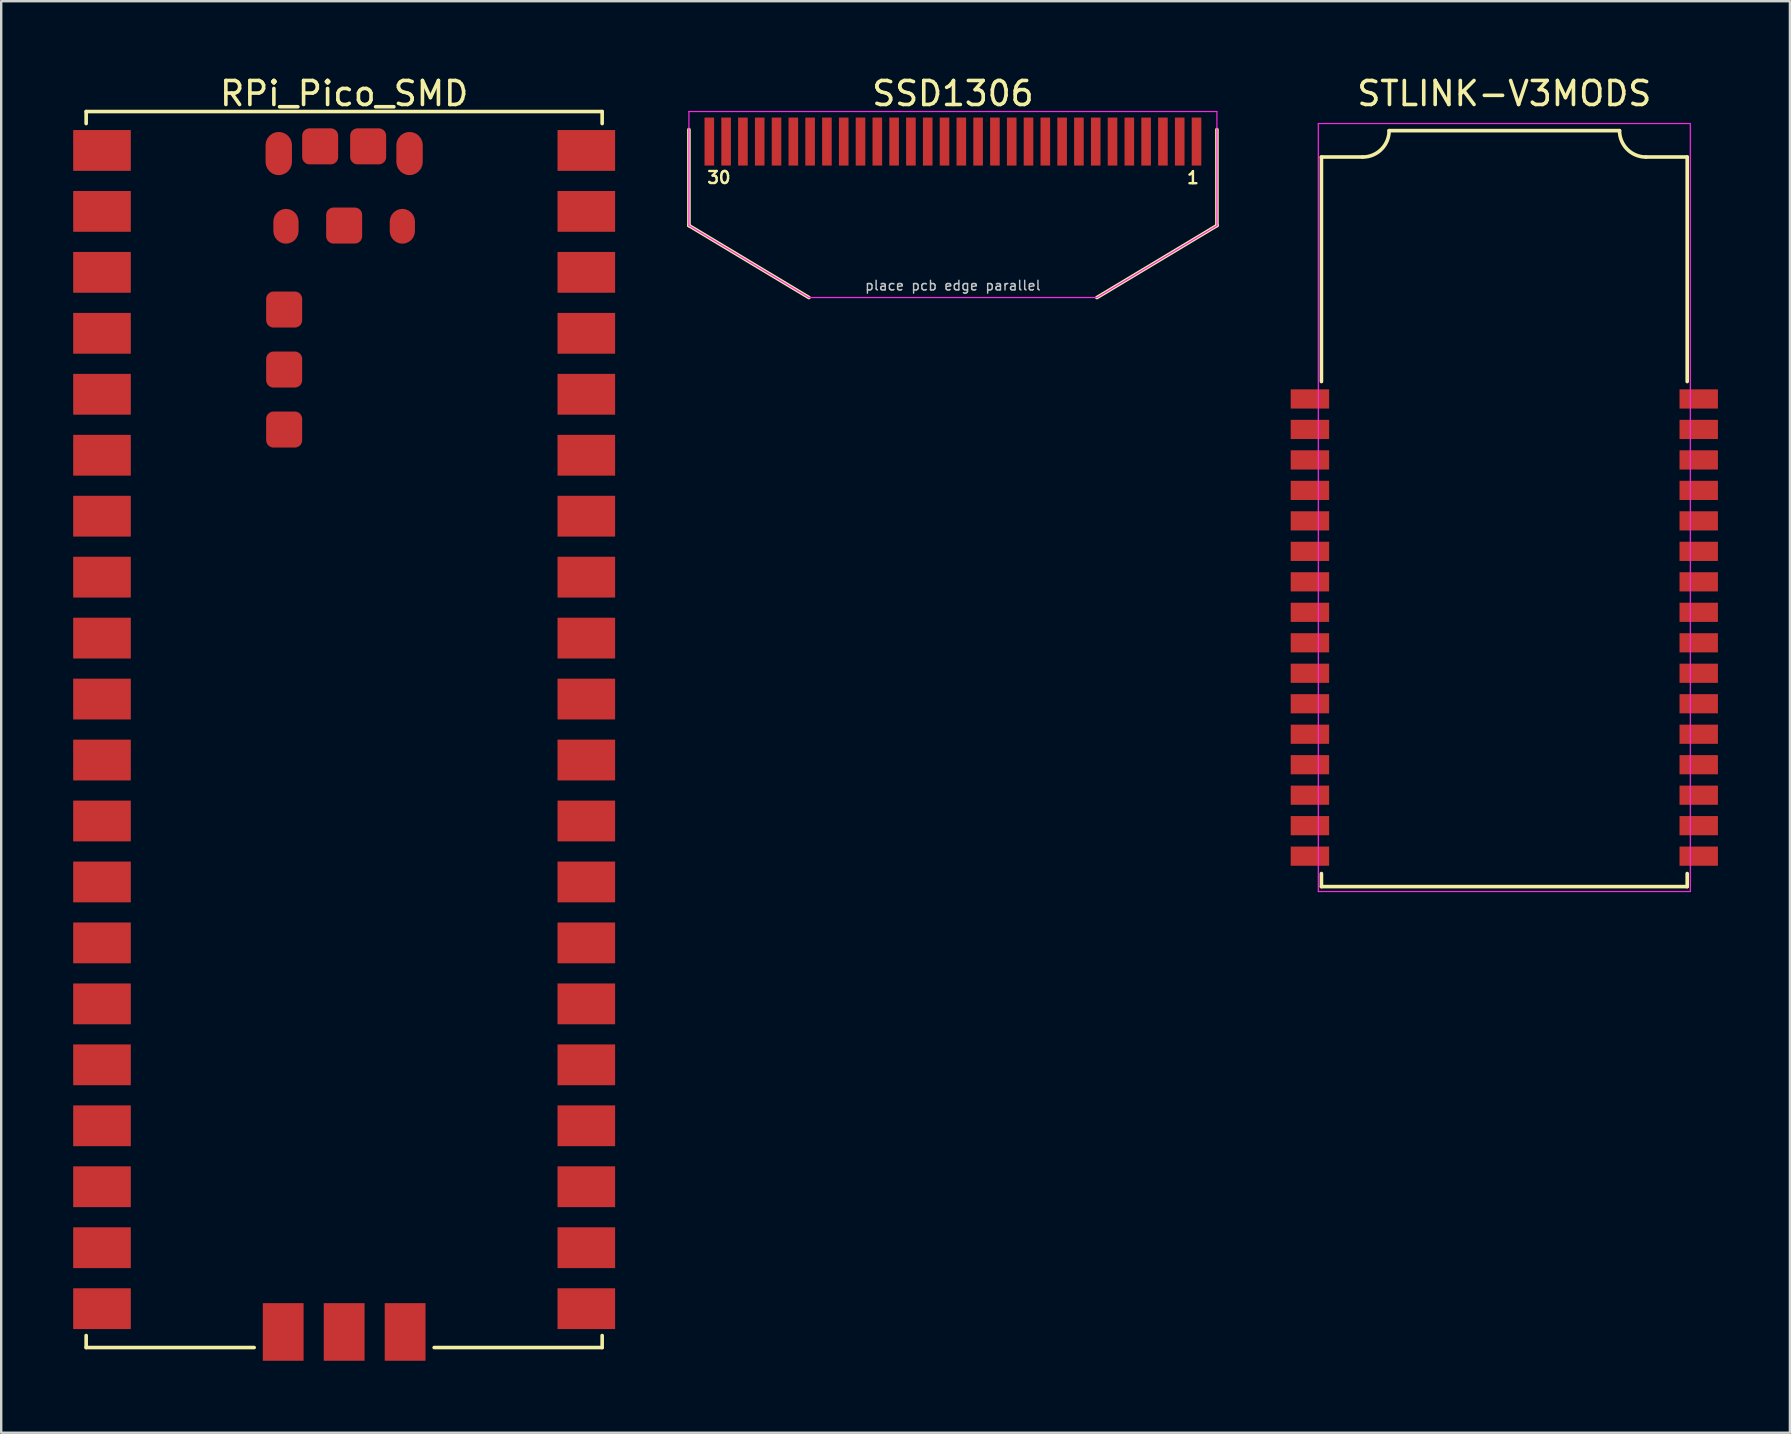
<source format=kicad_pcb>
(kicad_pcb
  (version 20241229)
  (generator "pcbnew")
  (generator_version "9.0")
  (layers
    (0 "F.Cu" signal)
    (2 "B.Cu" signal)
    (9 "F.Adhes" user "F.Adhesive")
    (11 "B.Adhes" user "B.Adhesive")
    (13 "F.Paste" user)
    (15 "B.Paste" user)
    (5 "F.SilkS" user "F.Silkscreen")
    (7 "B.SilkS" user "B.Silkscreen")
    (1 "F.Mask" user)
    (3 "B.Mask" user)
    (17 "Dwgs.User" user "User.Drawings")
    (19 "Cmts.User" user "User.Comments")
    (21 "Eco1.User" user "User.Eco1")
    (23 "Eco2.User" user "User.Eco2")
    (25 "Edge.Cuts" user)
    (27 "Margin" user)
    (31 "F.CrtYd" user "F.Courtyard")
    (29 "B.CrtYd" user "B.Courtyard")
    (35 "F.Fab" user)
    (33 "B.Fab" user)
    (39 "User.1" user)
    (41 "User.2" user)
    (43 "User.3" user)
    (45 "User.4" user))
  (footprint "STLINK-V3MODS"
    (layer "F.Cu")
    (at 59.63 23.098)
    (property "Reference" "STLINK-V3MODS" (at 0 -22.25 0) (layer "F.SilkS") (effects (font (size 1 1) (thickness 0.15))))
    (attr smd)
    (fp_line (start -7.62 -19.605) (end -5.9 -19.605) (stroke (width 0.15) (type solid)) (layer "F.SilkS"))
    (fp_line (start -7.62 -10.25) (end -7.62 -19.605) (stroke (width 0.15) (type solid)) (layer "F.SilkS"))
    (fp_line (start -7.62 10.795) (end -7.62 10.25) (stroke (width 0.15) (type solid)) (layer "F.SilkS"))
    (fp_line (start -7.62 10.795) (end 7.62 10.795) (stroke (width 0.15) (type solid)) (layer "F.SilkS"))
    (fp_line (start -4.8 -20.705) (end 4.8 -20.705) (stroke (width 0.15) (type solid)) (layer "F.SilkS"))
    (fp_line (start 7.62 -19.605) (end 5.9 -19.605) (stroke (width 0.15) (type solid)) (layer "F.SilkS"))
    (fp_line (start 7.62 -19.605) (end 7.62 -10.25) (stroke (width 0.15) (type solid)) (layer "F.SilkS"))
    (fp_line (start 7.62 10.795) (end 7.62 10.25) (stroke (width 0.15) (type solid)) (layer "F.SilkS"))
    (fp_arc (start -4.8 -20.705) (mid -5.122183 -19.927183) (end -5.9 -19.605) (stroke (width 0.15) (type solid)) (layer "F.SilkS"))
    (fp_arc (start 5.9 -19.605) (mid 5.122183 -19.927183) (end 4.8 -20.705) (stroke (width 0.15) (type solid)) (layer "F.SilkS"))
    (fp_line (start -7.75 -21) (end 7.75 -21) (stroke (width 0.05) (type solid)) (layer "F.CrtYd"))
    (fp_line (start -7.75 11) (end -7.75 -21) (stroke (width 0.05) (type solid)) (layer "F.CrtYd"))
    (fp_line (start 7.75 -21) (end 7.75 11) (stroke (width 0.05) (type solid)) (layer "F.CrtYd"))
    (fp_line (start 7.75 11) (end -7.75 11) (stroke (width 0.05) (type solid)) (layer "F.CrtYd"))
    (pad "1" smd rect (at -8.1 -9.525 270) (size 0.8 1.6) (layers "F.Cu" "F.Mask" "F.Paste"))
    (pad "2" smd rect (at -8.1 -8.255 270) (size 0.8 1.6) (layers "F.Cu" "F.Mask" "F.Paste"))
    (pad "3" smd rect (at -8.1 -6.985 270) (size 0.8 1.6) (layers "F.Cu" "F.Mask" "F.Paste"))
    (pad "4" smd rect (at -8.1 -5.715 270) (size 0.8 1.6) (layers "F.Cu" "F.Mask" "F.Paste"))
    (pad "5" smd rect (at -8.1 -4.445 270) (size 0.8 1.6) (layers "F.Cu" "F.Mask" "F.Paste"))
    (pad "6" smd rect (at -8.1 -3.175 270) (size 0.8 1.6) (layers "F.Cu" "F.Mask" "F.Paste"))
    (pad "7" smd rect (at -8.1 -1.905 270) (size 0.8 1.6) (layers "F.Cu" "F.Mask" "F.Paste"))
    (pad "8" smd rect (at -8.1 -0.635 270) (size 0.8 1.6) (layers "F.Cu" "F.Mask" "F.Paste"))
    (pad "9" smd rect (at -8.1 0.635 270) (size 0.8 1.6) (layers "F.Cu" "F.Mask" "F.Paste"))
    (pad "10" smd rect (at -8.1 1.905 270) (size 0.8 1.6) (layers "F.Cu" "F.Mask" "F.Paste"))
    (pad "11" smd rect (at -8.1 3.175 270) (size 0.8 1.6) (layers "F.Cu" "F.Mask" "F.Paste"))
    (pad "12" smd rect (at -8.1 4.445 270) (size 0.8 1.6) (layers "F.Cu" "F.Mask" "F.Paste"))
    (pad "13" smd rect (at -8.1 5.715 270) (size 0.8 1.6) (layers "F.Cu" "F.Mask" "F.Paste"))
    (pad "14" smd rect (at -8.1 6.985 270) (size 0.8 1.6) (layers "F.Cu" "F.Mask" "F.Paste"))
    (pad "15" smd rect (at -8.1 8.255 270) (size 0.8 1.6) (layers "F.Cu" "F.Mask" "F.Paste"))
    (pad "16" smd rect (at -8.1 9.525 270) (size 0.8 1.6) (layers "F.Cu" "F.Mask" "F.Paste"))
    (pad "17" smd rect (at 8.1 9.525 270) (size 0.8 1.6) (layers "F.Cu" "F.Mask" "F.Paste"))
    (pad "18" smd rect (at 8.1 8.255 270) (size 0.8 1.6) (layers "F.Cu" "F.Mask" "F.Paste"))
    (pad "19" smd rect (at 8.1 6.985 270) (size 0.8 1.6) (layers "F.Cu" "F.Mask" "F.Paste"))
    (pad "20" smd rect (at 8.1 5.715 270) (size 0.8 1.6) (layers "F.Cu" "F.Mask" "F.Paste"))
    (pad "21" smd rect (at 8.1 4.445 270) (size 0.8 1.6) (layers "F.Cu" "F.Mask" "F.Paste"))
    (pad "22" smd rect (at 8.1 3.175 270) (size 0.8 1.6) (layers "F.Cu" "F.Mask" "F.Paste"))
    (pad "23" smd rect (at 8.1 1.905 270) (size 0.8 1.6) (layers "F.Cu" "F.Mask" "F.Paste"))
    (pad "24" smd rect (at 8.1 0.635 270) (size 0.8 1.6) (layers "F.Cu" "F.Mask" "F.Paste"))
    (pad "25" smd rect (at 8.1 -0.635 270) (size 0.8 1.6) (layers "F.Cu" "F.Mask" "F.Paste"))
    (pad "26" smd rect (at 8.1 -1.905 270) (size 0.8 1.6) (layers "F.Cu" "F.Mask" "F.Paste"))
    (pad "27" smd rect (at 8.1 -3.175 270) (size 0.8 1.6) (layers "F.Cu" "F.Mask" "F.Paste"))
    (pad "28" smd rect (at 8.1 -4.445 270) (size 0.8 1.6) (layers "F.Cu" "F.Mask" "F.Paste"))
    (pad "29" smd rect (at 8.1 -5.715 270) (size 0.8 1.6) (layers "F.Cu" "F.Mask" "F.Paste"))
    (pad "30" smd rect (at 8.1 -6.985 270) (size 0.8 1.6) (layers "F.Cu" "F.Mask" "F.Paste"))
    (pad "31" smd rect (at 8.1 -8.255 270) (size 0.8 1.6) (layers "F.Cu" "F.Mask" "F.Paste"))
    (pad "32" smd rect (at 8.1 -9.525 270) (size 0.8 1.6) (layers "F.Cu" "F.Mask" "F.Paste")))
  (footprint "RPi_Pico_SMD"
    (layer "F.Cu")
    (at 11.29 27.348)
    (property "Reference" "RPi_Pico_SMD" (at 0 -26.5 0) (layer "F.SilkS") (effects (font (size 1 1) (thickness 0.15))))
    (attr through_hole)
    (fp_line (start -10.75 -25.75) (end -10.75 -25.25) (stroke (width 0.15) (type solid)) (layer "F.SilkS"))
    (fp_line (start -10.75 -25.75) (end 10.75 -25.75) (stroke (width 0.15) (type solid)) (layer "F.SilkS"))
    (fp_line (start -10.75 25.75) (end -10.75 25.25) (stroke (width 0.15) (type solid)) (layer "F.SilkS"))
    (fp_line (start -10.75 25.75) (end -3.75 25.75) (stroke (width 0.15) (type solid)) (layer "F.SilkS"))
    (fp_line (start 10.75 -25.75) (end 10.75 -25.25) (stroke (width 0.15) (type solid)) (layer "F.SilkS"))
    (fp_line (start 10.75 25.75) (end 3.75 25.75) (stroke (width 0.15) (type solid)) (layer "F.SilkS"))
    (fp_line (start 10.75 25.75) (end 10.75 25.25) (stroke (width 0.15) (type solid)) (layer "F.SilkS"))
    (pad "1" smd rect (at -10.09 -24.13) (size 2.4 1.7) (layers "F.Cu" "F.Mask" "F.Paste"))
    (pad "2" smd rect (at -10.09 -21.59) (size 2.4 1.7) (layers "F.Cu" "F.Mask" "F.Paste"))
    (pad "3" smd rect (at -10.09 -19.05) (size 2.4 1.7) (layers "F.Cu" "F.Mask" "F.Paste"))
    (pad "4" smd rect (at -10.09 -16.51) (size 2.4 1.7) (layers "F.Cu" "F.Mask" "F.Paste"))
    (pad "5" smd rect (at -10.09 -13.97) (size 2.4 1.7) (layers "F.Cu" "F.Mask" "F.Paste"))
    (pad "6" smd rect (at -10.09 -11.43) (size 2.4 1.7) (layers "F.Cu" "F.Mask" "F.Paste"))
    (pad "7" smd rect (at -10.09 -8.89) (size 2.4 1.7) (layers "F.Cu" "F.Mask" "F.Paste"))
    (pad "8" smd rect (at -10.09 -6.35) (size 2.4 1.7) (layers "F.Cu" "F.Mask" "F.Paste"))
    (pad "9" smd rect (at -10.09 -3.81) (size 2.4 1.7) (layers "F.Cu" "F.Mask" "F.Paste"))
    (pad "10" smd rect (at -10.09 -1.27) (size 2.4 1.7) (layers "F.Cu" "F.Mask" "F.Paste"))
    (pad "11" smd rect (at -10.09 1.27) (size 2.4 1.7) (layers "F.Cu" "F.Mask" "F.Paste"))
    (pad "12" smd rect (at -10.09 3.81) (size 2.4 1.7) (layers "F.Cu" "F.Mask" "F.Paste"))
    (pad "13" smd rect (at -10.09 6.35) (size 2.4 1.7) (layers "F.Cu" "F.Mask" "F.Paste"))
    (pad "14" smd rect (at -10.09 8.89) (size 2.4 1.7) (layers "F.Cu" "F.Mask" "F.Paste"))
    (pad "15" smd rect (at -10.09 11.43) (size 2.4 1.7) (layers "F.Cu" "F.Mask" "F.Paste"))
    (pad "16" smd rect (at -10.09 13.97) (size 2.4 1.7) (layers "F.Cu" "F.Mask" "F.Paste"))
    (pad "17" smd rect (at -10.09 16.51) (size 2.4 1.7) (layers "F.Cu" "F.Mask" "F.Paste"))
    (pad "18" smd rect (at -10.09 19.05) (size 2.4 1.7) (layers "F.Cu" "F.Mask" "F.Paste"))
    (pad "19" smd rect (at -10.09 21.59) (size 2.4 1.7) (layers "F.Cu" "F.Mask" "F.Paste"))
    (pad "20" smd rect (at -10.09 24.13) (size 2.4 1.7) (layers "F.Cu" "F.Mask" "F.Paste"))
    (pad "21" smd rect (at 10.09 24.13) (size 2.4 1.7) (layers "F.Cu" "F.Mask" "F.Paste"))
    (pad "22" smd rect (at 10.09 21.59) (size 2.4 1.7) (layers "F.Cu" "F.Mask" "F.Paste"))
    (pad "23" smd rect (at 10.09 19.05) (size 2.4 1.7) (layers "F.Cu" "F.Mask" "F.Paste"))
    (pad "24" smd rect (at 10.09 16.51) (size 2.4 1.7) (layers "F.Cu" "F.Mask" "F.Paste"))
    (pad "25" smd rect (at 10.09 13.97) (size 2.4 1.7) (layers "F.Cu" "F.Mask" "F.Paste"))
    (pad "26" smd rect (at 10.09 11.43) (size 2.4 1.7) (layers "F.Cu" "F.Mask" "F.Paste"))
    (pad "27" smd rect (at 10.09 8.89) (size 2.4 1.7) (layers "F.Cu" "F.Mask" "F.Paste"))
    (pad "28" smd rect (at 10.09 6.35) (size 2.4 1.7) (layers "F.Cu" "F.Mask" "F.Paste"))
    (pad "29" smd rect (at 10.09 3.81) (size 2.4 1.7) (layers "F.Cu" "F.Mask" "F.Paste"))
    (pad "30" smd rect (at 10.09 1.27) (size 2.4 1.7) (layers "F.Cu" "F.Mask" "F.Paste"))
    (pad "31" smd rect (at 10.09 -1.27) (size 2.4 1.7) (layers "F.Cu" "F.Mask" "F.Paste"))
    (pad "32" smd rect (at 10.09 -3.81) (size 2.4 1.7) (layers "F.Cu" "F.Mask" "F.Paste"))
    (pad "33" smd rect (at 10.09 -6.35) (size 2.4 1.7) (layers "F.Cu" "F.Mask" "F.Paste"))
    (pad "34" smd rect (at 10.09 -8.89) (size 2.4 1.7) (layers "F.Cu" "F.Mask" "F.Paste"))
    (pad "35" smd rect (at 10.09 -11.43) (size 2.4 1.7) (layers "F.Cu" "F.Mask" "F.Paste"))
    (pad "36" smd rect (at 10.09 -13.97) (size 2.4 1.7) (layers "F.Cu" "F.Mask" "F.Paste"))
    (pad "37" smd rect (at 10.09 -16.51) (size 2.4 1.7) (layers "F.Cu" "F.Mask" "F.Paste"))
    (pad "38" smd rect (at 10.09 -19.05) (size 2.4 1.7) (layers "F.Cu" "F.Mask" "F.Paste"))
    (pad "39" smd rect (at 10.09 -21.59) (size 2.4 1.7) (layers "F.Cu" "F.Mask" "F.Paste"))
    (pad "40" smd rect (at 10.09 -24.13) (size 2.4 1.7) (layers "F.Cu" "F.Mask" "F.Paste"))
    (pad "D1" smd rect (at -2.54 25.1 90) (size 2.4 1.7) (layers "F.Cu" "F.Mask" "F.Paste"))
    (pad "D2" smd rect (at 0 25.1 90) (size 2.4 1.7) (layers "F.Cu" "F.Mask" "F.Paste"))
    (pad "D3" smd rect (at 2.54 25.1 90) (size 2.4 1.7) (layers "F.Cu" "F.Mask" "F.Paste"))
    (pad "MNT" smd roundrect (at -2.725 -24 90) (size 1.8 1.1) (layers "F.Cu" "F.Mask" "F.Paste") (roundrect_rratio 0.5))
    (pad "MNT" smd roundrect (at -2.425 -20.97 90) (size 1.45 1.05) (layers "F.Cu" "F.Mask" "F.Paste") (roundrect_rratio 0.5))
    (pad "MNT" smd roundrect (at 2.425 -20.97 90) (size 1.45 1.05) (layers "F.Cu" "F.Mask" "F.Paste") (roundrect_rratio 0.5))
    (pad "MNT" smd roundrect (at 2.725 -24 90) (size 1.8 1.1) (layers "F.Cu" "F.Mask" "F.Paste") (roundrect_rratio 0.5))
    (pad "TP1" smd roundrect (at 0 -21 90) (size 1.5 1.5) (layers "F.Cu" "F.Mask" "F.Paste") (roundrect_rratio 0.2))
    (pad "TP2" smd roundrect (at 1 -24.3 90) (size 1.5 1.5) (layers "F.Cu" "F.Mask" "F.Paste") (roundrect_rratio 0.2))
    (pad "TP3" smd roundrect (at -1 -24.3 90) (size 1.5 1.5) (layers "F.Cu" "F.Mask" "F.Paste") (roundrect_rratio 0.2))
    (pad "TP4" smd roundrect (at -2.5 -17.5 90) (size 1.5 1.5) (layers "F.Cu" "F.Mask" "F.Paste") (roundrect_rratio 0.2))
    (pad "TP5" smd roundrect (at -2.5 -15 90) (size 1.5 1.5) (layers "F.Cu" "F.Mask" "F.Paste") (roundrect_rratio 0.2))
    (pad "TP6" smd roundrect (at -2.5 -12.5 90) (size 1.5 1.5) (layers "F.Cu" "F.Mask" "F.Paste") (roundrect_rratio 0.2)))
  (footprint "SSD1306"
    (layer "F.Cu")
    (at 36.655 2.848)
    (property "Reference" "SSD1306" (at 0 -2 0) (unlocked yes) (layer "F.SilkS") (effects (font (size 1 1) (thickness 0.15))))
    (attr smd)
    (fp_line (start -11 -0.5) (end -11 3.5) (stroke (width 0.15) (type solid)) (layer "F.SilkS"))
    (fp_line (start -11 3.5) (end -6 6.5) (stroke (width 0.15) (type solid)) (layer "F.SilkS"))
    (fp_line (start 11 -0.5) (end 11 3.5) (stroke (width 0.15) (type solid)) (layer "F.SilkS"))
    (fp_line (start 11 3.5) (end 6 6.5) (stroke (width 0.15) (type solid)) (layer "F.SilkS"))
    (fp_line (start -11 -1.25) (end -11 3.5) (stroke (width 0.05) (type solid)) (layer "F.CrtYd"))
    (fp_line (start -11 -1.25) (end 11 -1.25) (stroke (width 0.05) (type solid)) (layer "F.CrtYd"))
    (fp_line (start -11 3.5) (end -6 6.5) (stroke (width 0.05) (type solid)) (layer "F.CrtYd"))
    (fp_line (start 6 6.5) (end -6 6.5) (stroke (width 0.05) (type solid)) (layer "F.CrtYd"))
    (fp_line (start 11 -1.25) (end 11 3.5) (stroke (width 0.05) (type solid)) (layer "F.CrtYd"))
    (fp_line (start 11 3.5) (end 6 6.5) (stroke (width 0.05) (type solid)) (layer "F.CrtYd"))
    (fp_text user "1" (at 10 1.508 0) (layer "F.SilkS") (effects (font (size 0.5 0.5) (thickness 0.1))))
    (fp_text user "30" (at -9.75 1.5 0) (layer "F.SilkS") (effects (font (size 0.5 0.5) (thickness 0.1))))
    (fp_text user "place pcb edge parallel" (at 0 6 0) (unlocked yes) (layer "Dwgs.User") (effects (font (size 0.4 0.4) (thickness 0.06))))
    (pad "1" smd rect (at 10.15 0) (size 0.4 2) (layers "F.Cu" "F.Mask" "F.Paste"))
    (pad "2" smd rect (at 9.45 0) (size 0.4 2) (layers "F.Cu" "F.Mask" "F.Paste"))
    (pad "3" smd rect (at 8.75 0) (size 0.4 2) (layers "F.Cu" "F.Mask" "F.Paste"))
    (pad "4" smd rect (at 8.05 0) (size 0.4 2) (layers "F.Cu" "F.Mask" "F.Paste"))
    (pad "5" smd rect (at 7.35 0) (size 0.4 2) (layers "F.Cu" "F.Mask" "F.Paste"))
    (pad "6" smd rect (at 6.65 0) (size 0.4 2) (layers "F.Cu" "F.Mask" "F.Paste"))
    (pad "7" smd rect (at 5.95 0) (size 0.4 2) (layers "F.Cu" "F.Mask" "F.Paste"))
    (pad "8" smd rect (at 5.25 0) (size 0.4 2) (layers "F.Cu" "F.Mask" "F.Paste"))
    (pad "9" smd rect (at 4.55 0) (size 0.4 2) (layers "F.Cu" "F.Mask" "F.Paste"))
    (pad "10" smd rect (at 3.85 0) (size 0.4 2) (layers "F.Cu" "F.Mask" "F.Paste"))
    (pad "11" smd rect (at 3.15 0) (size 0.4 2) (layers "F.Cu" "F.Mask" "F.Paste"))
    (pad "12" smd rect (at 2.45 0) (size 0.4 2) (layers "F.Cu" "F.Mask" "F.Paste"))
    (pad "13" smd rect (at 1.75 0) (size 0.4 2) (layers "F.Cu" "F.Mask" "F.Paste"))
    (pad "14" smd rect (at 1.05 0) (size 0.4 2) (layers "F.Cu" "F.Mask" "F.Paste"))
    (pad "15" smd rect (at 0.35 0) (size 0.4 2) (layers "F.Cu" "F.Mask" "F.Paste"))
    (pad "16" smd rect (at -0.35 0) (size 0.4 2) (layers "F.Cu" "F.Mask" "F.Paste"))
    (pad "17" smd rect (at -1.05 0) (size 0.4 2) (layers "F.Cu" "F.Mask" "F.Paste"))
    (pad "18" smd rect (at -1.75 0) (size 0.4 2) (layers "F.Cu" "F.Mask" "F.Paste"))
    (pad "19" smd rect (at -2.45 0) (size 0.4 2) (layers "F.Cu" "F.Mask" "F.Paste"))
    (pad "20" smd rect (at -3.15 0) (size 0.4 2) (layers "F.Cu" "F.Mask" "F.Paste"))
    (pad "21" smd rect (at -3.85 0) (size 0.4 2) (layers "F.Cu" "F.Mask" "F.Paste"))
    (pad "22" smd rect (at -4.55 0) (size 0.4 2) (layers "F.Cu" "F.Mask" "F.Paste"))
    (pad "23" smd rect (at -5.25 0) (size 0.4 2) (layers "F.Cu" "F.Mask" "F.Paste"))
    (pad "24" smd rect (at -5.95 0) (size 0.4 2) (layers "F.Cu" "F.Mask" "F.Paste"))
    (pad "25" smd rect (at -6.65 0) (size 0.4 2) (layers "F.Cu" "F.Mask" "F.Paste"))
    (pad "26" smd rect (at -7.35 0) (size 0.4 2) (layers "F.Cu" "F.Mask" "F.Paste"))
    (pad "27" smd rect (at -8.05 0) (size 0.4 2) (layers "F.Cu" "F.Mask" "F.Paste"))
    (pad "28" smd rect (at -8.75 0) (size 0.4 2) (layers "F.Cu" "F.Mask" "F.Paste"))
    (pad "29" smd rect (at -9.45 0) (size 0.4 2) (layers "F.Cu" "F.Mask" "F.Paste"))
    (pad "30" smd rect (at -10.15 0) (size 0.4 2) (layers "F.Cu" "F.Mask" "F.Paste")))
  (gr_rect
    (start -3 -3)
    (end 71.53 56.648)
    (stroke (width 0.1) (type default))
    (fill no)
    (layer "Edge.Cuts")))
</source>
